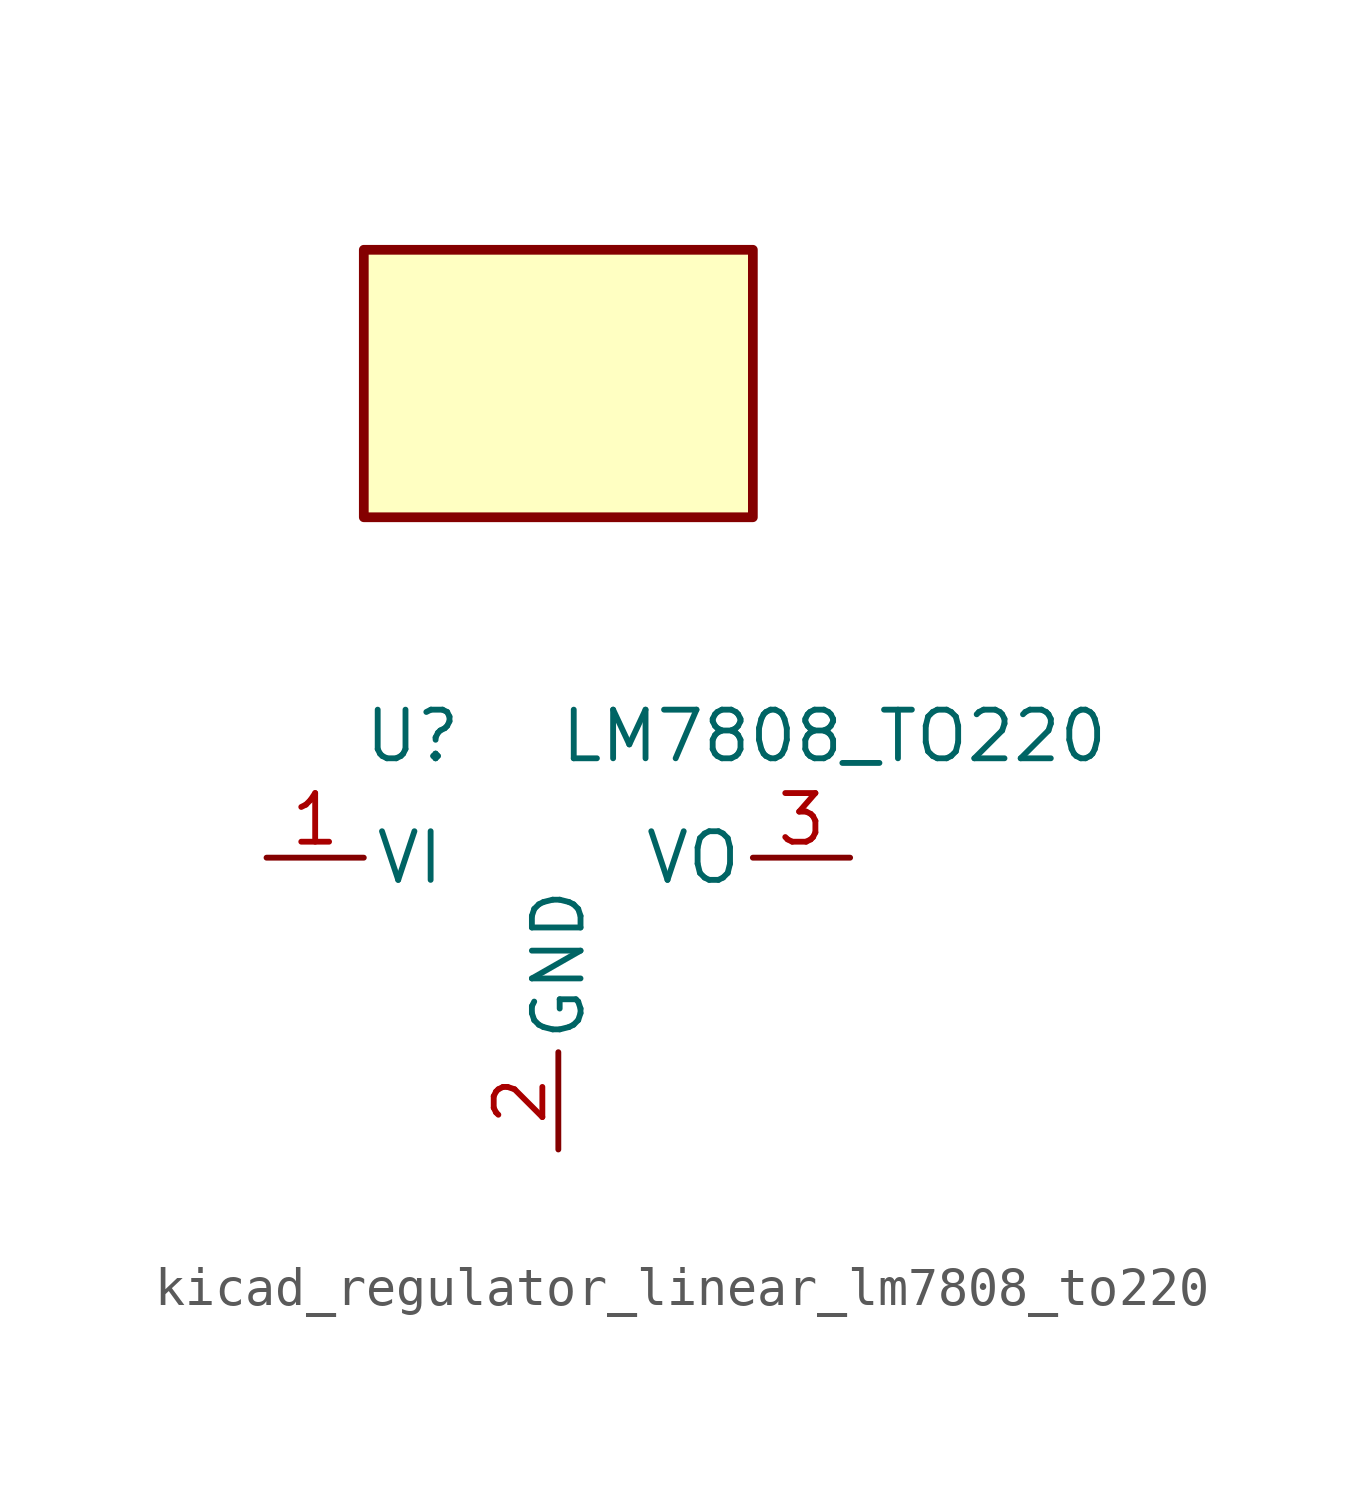
<source format=kicad_sym>
(kicad_symbol_lib
  (version 20220914)
  (generator kicad_symbol_editor)
  (symbol "kicad_regulator_linear_lm7808_to220"
    (pin_names
      (offset 0.254))
    (property "Reference" "U"
      (at -3.81 3.175 0)
      (effects (font (size 1.27 1.27))))
    (property "Value" "LM7808_TO220"
      (at 0 3.175 0)
      (effects (font (size 1.27 1.27)) (justify left)))
    (symbol "kicad_regulator_linear_lm7808_to220_0_1"
      (rectangle (start 5.08 15.875) (end -5.08 8.89) (stroke (width 0.254) (type default)) (fill (type background))))
    (symbol "kicad_regulator_linear_lm7808_to220_1_1"
      (pin power_in line (at -7.62 0 0) (length 2.54) (name "VI" (effects (font (size 1.27 1.27)))) (number "1" (effects (font (size 1.27 1.27)))))
      (pin power_in line (at 0 -7.62 90) (length 2.54) (name "GND" (effects (font (size 1.27 1.27)))) (number "2" (effects (font (size 1.27 1.27)))))
      (pin power_out line (at 7.62 0 180) (length 2.54) (name "VO" (effects (font (size 1.27 1.27)))) (number "3" (effects (font (size 1.27 1.27))))))))
</source>
